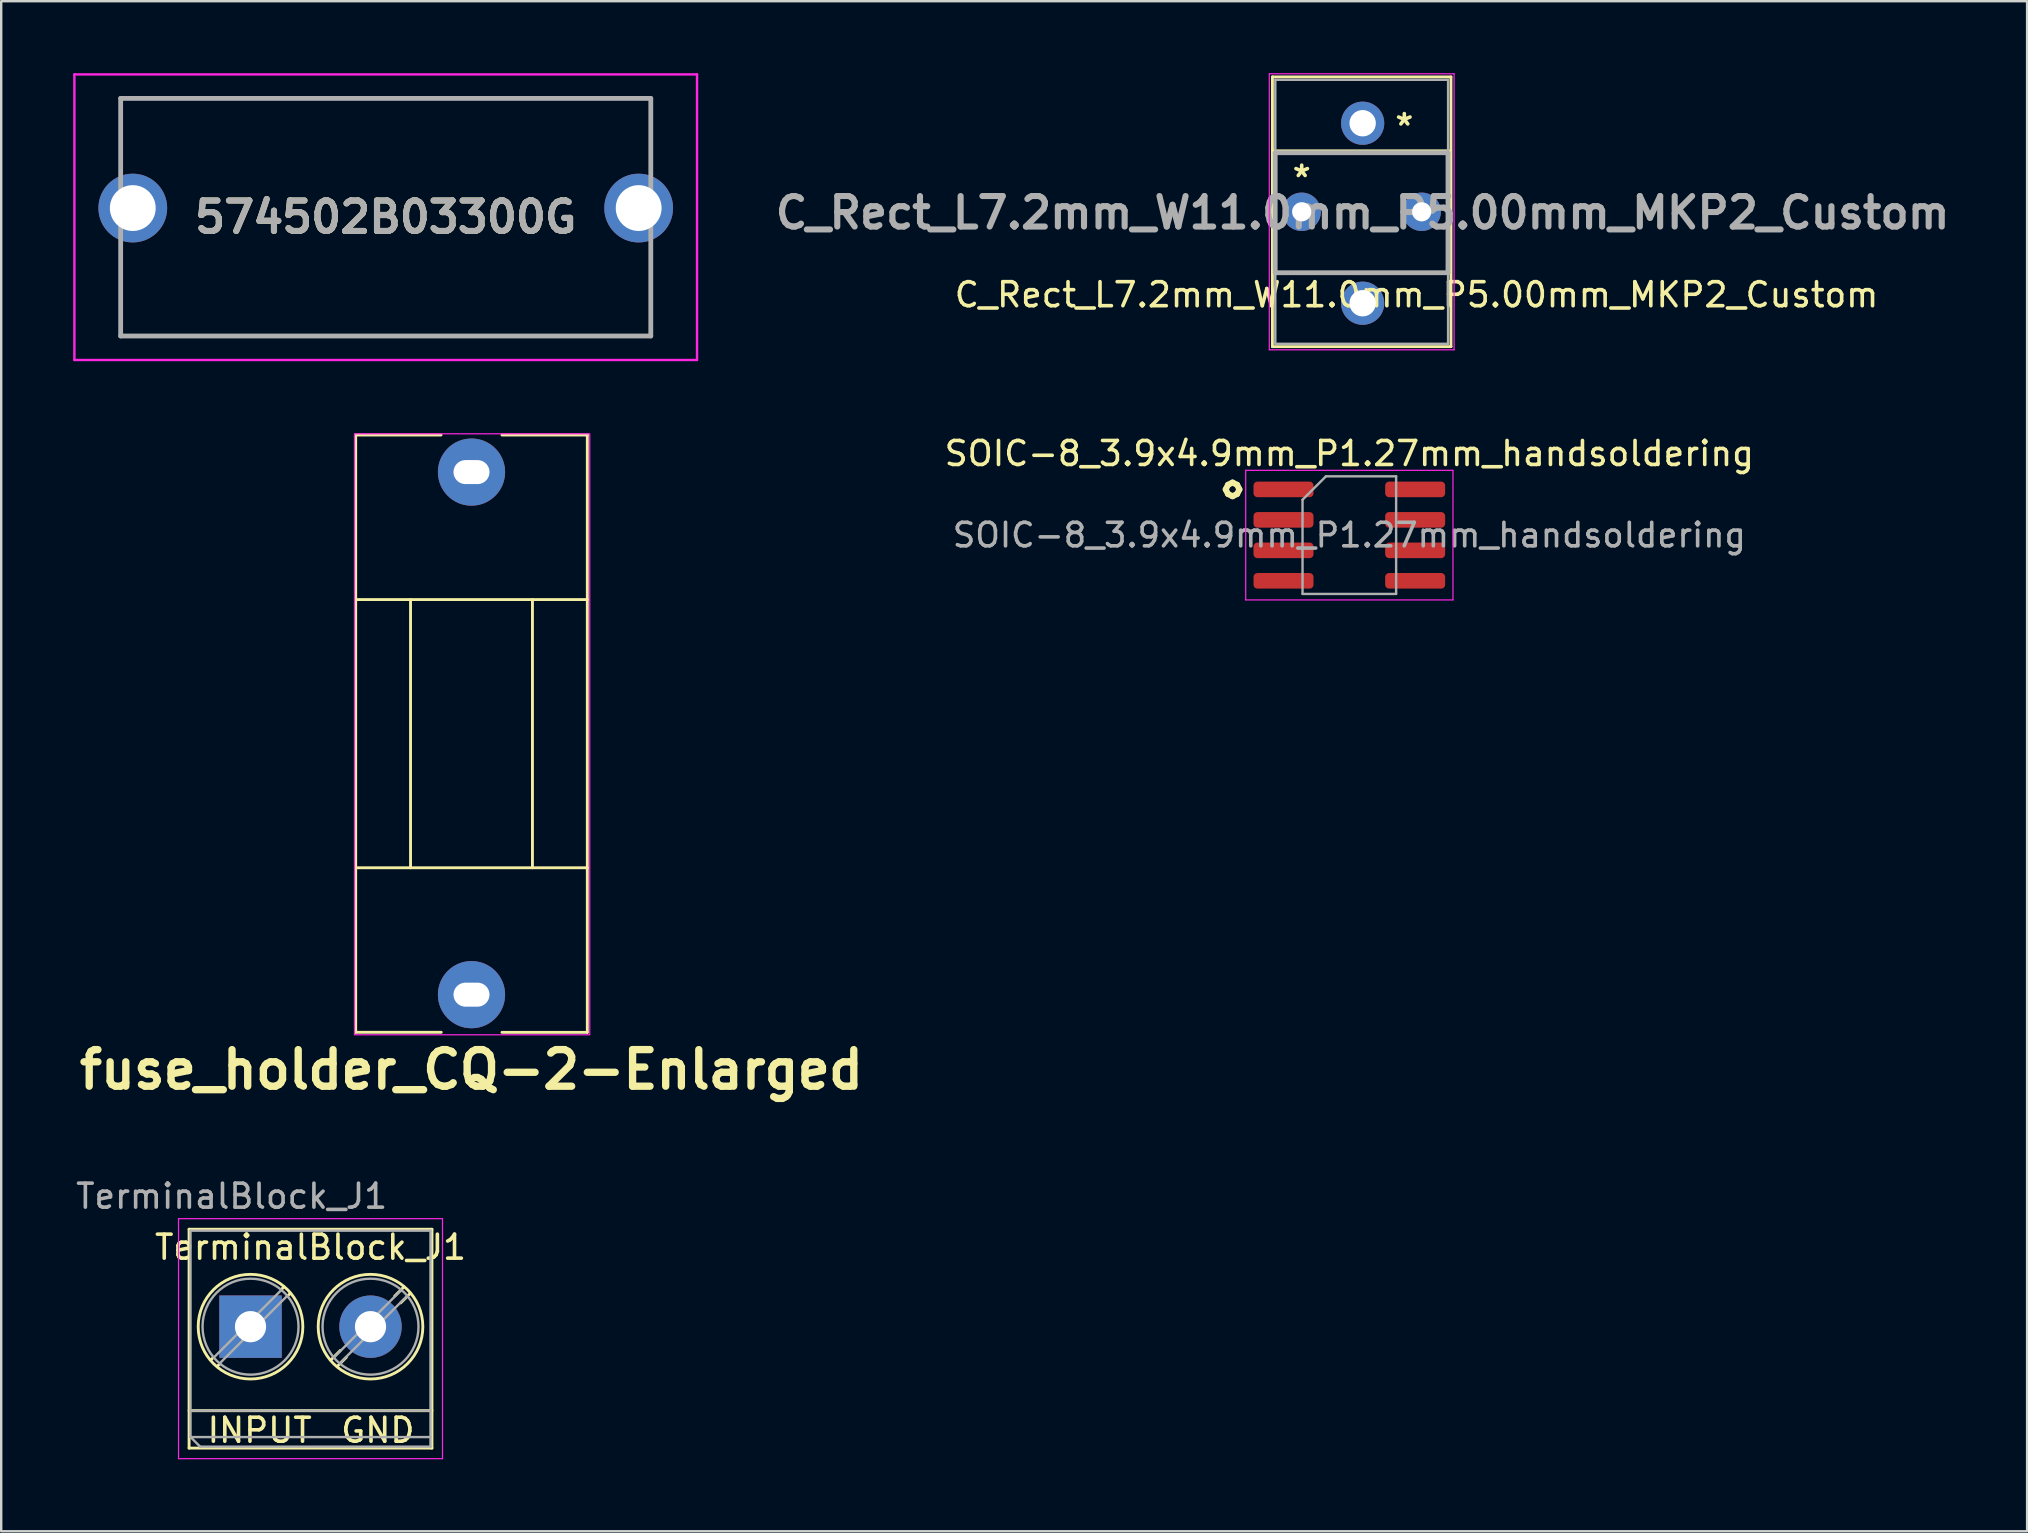
<source format=kicad_pcb>
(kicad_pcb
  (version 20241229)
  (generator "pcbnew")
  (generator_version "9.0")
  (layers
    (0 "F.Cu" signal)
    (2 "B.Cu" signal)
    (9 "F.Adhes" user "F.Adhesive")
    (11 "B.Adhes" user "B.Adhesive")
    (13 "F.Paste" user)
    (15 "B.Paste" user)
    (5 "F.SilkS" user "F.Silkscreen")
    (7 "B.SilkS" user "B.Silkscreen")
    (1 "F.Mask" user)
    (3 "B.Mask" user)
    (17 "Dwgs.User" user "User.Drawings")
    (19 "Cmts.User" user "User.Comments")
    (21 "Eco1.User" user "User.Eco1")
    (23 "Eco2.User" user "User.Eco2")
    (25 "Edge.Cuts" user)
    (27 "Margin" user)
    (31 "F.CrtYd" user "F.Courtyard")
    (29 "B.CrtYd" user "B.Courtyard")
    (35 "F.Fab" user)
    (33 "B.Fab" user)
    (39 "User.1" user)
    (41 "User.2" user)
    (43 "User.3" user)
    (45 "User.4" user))
  (footprint "TerminalBlock_J1"
    (layer "F.Cu")
    (at 7.389 52.232)
    (property "Reference" "TerminalBlock_J1" (at 2.5 -3.31 0) (layer "F.SilkS") (effects (font (size 1 1) (thickness 0.15))))
    (attr through_hole)
    (fp_line (start -2.56 -4.06) (end -2.56 5.06) (stroke (width 0.12) (type solid)) (layer "F.SilkS"))
    (fp_line (start -2.56 -4.06) (end 7.56 -4.06) (stroke (width 0.12) (type solid)) (layer "F.SilkS"))
    (fp_line (start -2.56 3.5) (end 7.56 3.5) (stroke (width 0.12) (type solid)) (layer "F.SilkS"))
    (fp_line (start -2.56 5.06) (end 7.56 5.06) (stroke (width 0.12) (type solid)) (layer "F.SilkS"))
    (fp_line (start -1.548 1.281) (end -1.654 1.388) (stroke (width 0.12) (type solid)) (layer "F.SilkS"))
    (fp_line (start -1.282 1.547) (end -1.388 1.654) (stroke (width 0.12) (type solid)) (layer "F.SilkS"))
    (fp_line (start 1.388 -1.654) (end 1.281 -1.547) (stroke (width 0.12) (type solid)) (layer "F.SilkS"))
    (fp_line (start 1.654 -1.388) (end 1.547 -1.281) (stroke (width 0.12) (type solid)) (layer "F.SilkS"))
    (fp_line (start 3.742 0.992) (end 3.347 1.388) (stroke (width 0.12) (type solid)) (layer "F.SilkS"))
    (fp_line (start 3.993 1.274) (end 3.613 1.654) (stroke (width 0.12) (type solid)) (layer "F.SilkS"))
    (fp_line (start 6.388 -1.654) (end 6.008 -1.274) (stroke (width 0.12) (type solid)) (layer "F.SilkS"))
    (fp_line (start 6.654 -1.388) (end 6.259 -0.992) (stroke (width 0.12) (type solid)) (layer "F.SilkS"))
    (fp_line (start 7.56 -4.06) (end 7.56 5.06) (stroke (width 0.12) (type solid)) (layer "F.SilkS"))
    (fp_circle (center 0 0) (end 2.18 0) (stroke (width 0.12) (type solid)) (fill no) (layer "F.SilkS"))
    (fp_circle (center 5 0) (end 7.18 0) (stroke (width 0.12) (type solid)) (fill no) (layer "F.SilkS"))
    (fp_line (start -3 -4.5) (end -3 5.5) (stroke (width 0.05) (type solid)) (layer "F.CrtYd"))
    (fp_line (start -3 5.5) (end 8 5.5) (stroke (width 0.05) (type solid)) (layer "F.CrtYd"))
    (fp_line (start 8 -4.5) (end -3 -4.5) (stroke (width 0.05) (type solid)) (layer "F.CrtYd"))
    (fp_line (start 8 5.5) (end 8 -4.5) (stroke (width 0.05) (type solid)) (layer "F.CrtYd"))
    (fp_line (start -2.5 -4) (end 7.5 -4) (stroke (width 0.1) (type solid)) (layer "F.Fab"))
    (fp_line (start -2.5 3.5) (end 7.5 3.5) (stroke (width 0.1) (type solid)) (layer "F.Fab"))
    (fp_line (start -2.5 4.6) (end -2.5 -4) (stroke (width 0.1) (type solid)) (layer "F.Fab"))
    (fp_line (start -2.5 4.6) (end 7.5 4.6) (stroke (width 0.1) (type solid)) (layer "F.Fab"))
    (fp_line (start -2.1 5) (end -2.5 4.6) (stroke (width 0.1) (type solid)) (layer "F.Fab"))
    (fp_line (start 1.273 -1.517) (end -1.517 1.273) (stroke (width 0.1) (type solid)) (layer "F.Fab"))
    (fp_line (start 1.517 -1.273) (end -1.273 1.517) (stroke (width 0.1) (type solid)) (layer "F.Fab"))
    (fp_line (start 6.273 -1.517) (end 3.484 1.273) (stroke (width 0.1) (type solid)) (layer "F.Fab"))
    (fp_line (start 6.517 -1.273) (end 3.728 1.517) (stroke (width 0.1) (type solid)) (layer "F.Fab"))
    (fp_line (start 7.5 -4) (end 7.5 5) (stroke (width 0.1) (type solid)) (layer "F.Fab"))
    (fp_line (start 7.5 5) (end -2.1 5) (stroke (width 0.1) (type solid)) (layer "F.Fab"))
    (fp_circle (center 0 0) (end 2 0) (stroke (width 0.1) (type solid)) (fill no) (layer "F.Fab"))
    (fp_circle (center 5 0) (end 7 0) (stroke (width 0.1) (type solid)) (fill no) (layer "F.Fab"))
    (fp_text user "GND" (at 5.306 4.318 180) (layer "F.SilkS") (effects (font (size 1 1) (thickness 0.15))))
    (fp_text user "INPUT" (at 0.381 4.318 180) (layer "F.SilkS") (effects (font (size 1 1) (thickness 0.15))))
    (fp_text user "${REFERENCE}" (at -0.787 -5.436 0) (layer "F.Fab") (effects (font (size 1 1) (thickness 0.15))))
    (pad "1" thru_hole rect (at 0 0) (size 2.6 2.6) (drill 1.3) (layers "*.Cu" "*.Mask"))
    (pad "2" thru_hole circle (at 5 0) (size 2.6 2.6) (drill 1.3) (layers "*.Cu" "*.Mask")))
  (footprint "C_Rect_L7.2mm_W11.0mm_P5.00mm_MKP2_Custom"
    (layer "F.Cu")
    (at 51.191 5.775)
    (property "Reference" "C_Rect_L7.2mm_W11.0mm_P5.00mm_MKP2_Custom" (at 4.786 3.458 0) (layer "F.SilkS") (effects (font (size 1 1) (thickness 0.15))))
    (attr through_hole)
    (fp_line (start -1.22 -5.62) (end -1.22 5.62) (stroke (width 0.12) (type solid)) (layer "F.SilkS"))
    (fp_line (start -1.22 -5.62) (end 6.22 -5.62) (stroke (width 0.12) (type solid)) (layer "F.SilkS"))
    (fp_line (start -1.22 5.62) (end 6.22 5.62) (stroke (width 0.12) (type solid)) (layer "F.SilkS"))
    (fp_line (start 6.198 -2.54) (end -1.219 -2.54) (stroke (width 0.12) (type solid)) (layer "F.SilkS"))
    (fp_line (start 6.198 2.54) (end -1.219 2.54) (stroke (width 0.1) (type solid)) (layer "F.SilkS"))
    (fp_line (start 6.22 -5.62) (end 6.22 5.62) (stroke (width 0.12) (type solid)) (layer "F.SilkS"))
    (fp_line (start -1.35 -5.75) (end -1.35 5.75) (stroke (width 0.05) (type solid)) (layer "F.CrtYd"))
    (fp_line (start -1.35 5.75) (end 6.35 5.75) (stroke (width 0.05) (type solid)) (layer "F.CrtYd"))
    (fp_line (start 6.35 -5.75) (end -1.35 -5.75) (stroke (width 0.05) (type solid)) (layer "F.CrtYd"))
    (fp_line (start 6.35 5.75) (end 6.35 -5.75) (stroke (width 0.05) (type solid)) (layer "F.CrtYd"))
    (fp_line (start -1.104 -2.46) (end 6.096 -2.46) (stroke (width 0.2) (type solid)) (layer "F.Fab"))
    (fp_line (start -1.104 2.54) (end -1.104 -2.46) (stroke (width 0.2) (type solid)) (layer "F.Fab"))
    (fp_line (start -1.1 -5.5) (end -1.1 5.5) (stroke (width 0.1) (type solid)) (layer "F.Fab"))
    (fp_line (start -1.1 5.5) (end 6.1 5.5) (stroke (width 0.1) (type solid)) (layer "F.Fab"))
    (fp_line (start 6.096 -2.46) (end 6.096 2.54) (stroke (width 0.2) (type solid)) (layer "F.Fab"))
    (fp_line (start 6.096 2.54) (end -1.104 2.54) (stroke (width 0.2) (type solid)) (layer "F.Fab"))
    (fp_line (start 6.1 -5.5) (end -1.1 -5.5) (stroke (width 0.1) (type solid)) (layer "F.Fab"))
    (fp_line (start 6.1 5.5) (end 6.1 -5.5) (stroke (width 0.1) (type solid)) (layer "F.Fab"))
    (fp_text user "*" (at 4.276 -3.546 0) (layer "F.SilkS") (effects (font (size 1 1) (thickness 0.15))))
    (fp_text user "*" (at 0 -1.397 0) (layer "F.SilkS") (effects (font (size 1 1) (thickness 0.15))))
    (fp_text user "${REFERENCE}" (at 2.54 0.04 0) (layer "F.Fab") (effects (font (size 1.27 1.27) (thickness 0.254))))
    (pad "1" thru_hole circle (at 0 0) (size 1.6 1.6) (drill 0.8) (layers "*.Cu" "*.Mask"))
    (pad "1" thru_hole circle (at 2.54 -3.69 270) (size 1.8 1.8) (drill 1.1) (layers "*.Cu" "*.Mask"))
    (pad "2" thru_hole circle (at 2.54 3.81 270) (size 1.8 1.8) (drill 1.1) (layers "*.Cu" "*.Mask"))
    (pad "2" thru_hole circle (at 5 0) (size 1.6 1.6) (drill 0.8) (layers "*.Cu" "*.Mask")))
  (footprint "574502B03300G"
    (layer "F.Cu")
    (at 2.483 5.62)
    (property "Reference" "574502B03300G" (at 10.54 0.38 0) (layer "F.SilkS") (effects (font (size 1.27 1.27) (thickness 0.254))))
    (attr through_hole)
    (fp_line (start -0.505 -4.57) (end 21.585 -4.57) (stroke (width 0.1) (type solid)) (layer "F.SilkS"))
    (fp_line (start -0.505 -1.5) (end -0.505 -4.57) (stroke (width 0.1) (type solid)) (layer "F.SilkS"))
    (fp_line (start -0.505 1.8) (end -0.505 5.33) (stroke (width 0.1) (type solid)) (layer "F.SilkS"))
    (fp_line (start -0.505 5.33) (end 21.585 5.33) (stroke (width 0.1) (type solid)) (layer "F.SilkS"))
    (fp_line (start 21.585 -4.57) (end 21.585 -1.8) (stroke (width 0.1) (type solid)) (layer "F.SilkS"))
    (fp_line (start 21.585 5.33) (end 21.585 1.8) (stroke (width 0.1) (type solid)) (layer "F.SilkS"))
    (fp_line (start -2.433 -5.57) (end 23.512 -5.57) (stroke (width 0.1) (type solid)) (layer "F.CrtYd"))
    (fp_line (start -2.433 6.33) (end -2.433 -5.57) (stroke (width 0.1) (type solid)) (layer "F.CrtYd"))
    (fp_line (start 23.512 -5.57) (end 23.512 6.33) (stroke (width 0.1) (type solid)) (layer "F.CrtYd"))
    (fp_line (start 23.512 6.33) (end -2.433 6.33) (stroke (width 0.1) (type solid)) (layer "F.CrtYd"))
    (fp_line (start -0.505 -4.57) (end 21.585 -4.57) (stroke (width 0.2) (type solid)) (layer "F.Fab"))
    (fp_line (start -0.505 5.33) (end -0.505 -4.57) (stroke (width 0.2) (type solid)) (layer "F.Fab"))
    (fp_line (start 21.585 -4.57) (end 21.585 5.33) (stroke (width 0.2) (type solid)) (layer "F.Fab"))
    (fp_line (start 21.585 5.33) (end -0.505 5.33) (stroke (width 0.2) (type solid)) (layer "F.Fab"))
    (fp_text user "${REFERENCE}" (at 10.54 0.38 0) (layer "F.Fab") (effects (font (size 1.27 1.27) (thickness 0.254))))
    (pad "1" thru_hole circle (at 0 0) (size 2.865 2.865) (drill 1.91) (layers "*.Cu" "*.Mask"))
    (pad "2" thru_hole circle (at 21.08 0) (size 2.865 2.865) (drill 1.91) (layers "*.Cu" "*.Mask")))
  (footprint "SOIC-8_3.9x4.9mm_P1.27mm_handsoldering"
    (layer "F.Cu")
    (at 53.176 19.248)
    (property "Reference" "SOIC-8_3.9x4.9mm_P1.27mm_handsoldering" (at 0 -3.4 0) (layer "F.SilkS") (effects (font (size 1 1) (thickness 0.15))))
    (attr smd)
    (fp_line (start -4.318 -2.7) (end -4.318 2.7) (stroke (width 0.05) (type solid)) (layer "F.CrtYd"))
    (fp_line (start -4.318 2.7) (end 4.318 2.7) (stroke (width 0.05) (type solid)) (layer "F.CrtYd"))
    (fp_line (start 4.318 -2.7) (end -4.318 -2.7) (stroke (width 0.05) (type solid)) (layer "F.CrtYd"))
    (fp_line (start 4.318 2.7) (end 4.318 -2.7) (stroke (width 0.05) (type solid)) (layer "F.CrtYd"))
    (fp_line (start -1.95 -1.475) (end -0.975 -2.45) (stroke (width 0.1) (type solid)) (layer "F.Fab"))
    (fp_line (start -1.95 2.45) (end -1.95 -1.475) (stroke (width 0.1) (type solid)) (layer "F.Fab"))
    (fp_line (start -0.975 -2.45) (end 1.95 -2.45) (stroke (width 0.1) (type solid)) (layer "F.Fab"))
    (fp_line (start 1.95 -2.45) (end 1.95 2.45) (stroke (width 0.1) (type solid)) (layer "F.Fab"))
    (fp_line (start 1.95 2.45) (end -1.95 2.45) (stroke (width 0.1) (type solid)) (layer "F.Fab"))
    (fp_text user "°" (at -4.064 -1.905 90) (unlocked yes) (layer "F.SilkS") (effects (font (size 2 2) (thickness 0.25))))
    (fp_text user "${REFERENCE}" (at 0 0 0) (layer "F.Fab") (effects (font (size 0.98 0.98) (thickness 0.15))))
    (pad "1" smd roundrect (at -2.743 -1.905) (size 2.5 0.65) (layers "F.Cu" "F.Mask" "F.Paste") (roundrect_rratio 0.25))
    (pad "2" smd roundrect (at -2.743 -0.635) (size 2.5 0.65) (layers "F.Cu" "F.Mask" "F.Paste") (roundrect_rratio 0.25))
    (pad "3" smd roundrect (at -2.743 0.635) (size 2.5 0.65) (layers "F.Cu" "F.Mask" "F.Paste") (roundrect_rratio 0.25))
    (pad "4" smd roundrect (at -2.743 1.905) (size 2.5 0.65) (layers "F.Cu" "F.Mask" "F.Paste") (roundrect_rratio 0.25))
    (pad "5" smd roundrect (at 2.743 1.905) (size 2.5 0.65) (layers "F.Cu" "F.Mask" "F.Paste") (roundrect_rratio 0.25))
    (pad "6" smd roundrect (at 2.743 0.635) (size 2.5 0.65) (layers "F.Cu" "F.Mask" "F.Paste") (roundrect_rratio 0.25))
    (pad "7" smd roundrect (at 2.743 -0.635) (size 2.5 0.65) (layers "F.Cu" "F.Mask" "F.Paste") (roundrect_rratio 0.25))
    (pad "8" smd roundrect (at 2.743 -1.905) (size 2.5 0.65) (layers "F.Cu" "F.Mask" "F.Paste") (roundrect_rratio 0.25)))
  (footprint "fuse_holder_CQ-2-Enlarged"
    (layer "F.Cu")
    (at 16.597 27.522)
    (property "Reference" "fuse_holder_CQ-2-Enlarged" (at 0 14 0) (layer "F.SilkS") (effects (font (size 1.524 1.524) (thickness 0.305))))
    (attr through_hole)
    (fp_line (start -4.826 -12.446) (end -1.27 -12.446) (stroke (width 0.12) (type solid)) (layer "F.SilkS"))
    (fp_line (start -4.826 -5.588) (end 4.826 -5.588) (stroke (width 0.12) (type solid)) (layer "F.SilkS"))
    (fp_line (start -4.826 12.446) (end -4.826 -12.446) (stroke (width 0.12) (type solid)) (layer "F.SilkS"))
    (fp_line (start -2.54 -5.588) (end -2.54 5.588) (stroke (width 0.12) (type solid)) (layer "F.SilkS"))
    (fp_line (start -1.261 12.444) (end -4.817 12.444) (stroke (width 0.12) (type solid)) (layer "F.SilkS"))
    (fp_line (start 1.27 -12.446) (end 4.826 -12.446) (stroke (width 0.12) (type solid)) (layer "F.SilkS"))
    (fp_line (start 2.54 5.588) (end 2.54 -5.588) (stroke (width 0.12) (type solid)) (layer "F.SilkS"))
    (fp_line (start 4.826 -12.446) (end 4.826 12.446) (stroke (width 0.12) (type solid)) (layer "F.SilkS"))
    (fp_line (start 4.826 5.588) (end -4.826 5.588) (stroke (width 0.12) (type solid)) (layer "F.SilkS"))
    (fp_line (start 4.826 12.446) (end 1.27 12.446) (stroke (width 0.12) (type solid)) (layer "F.SilkS"))
    (fp_rect (start -4.877 -12.497) (end 4.928 12.548) (stroke (width 0.05) (type solid)) (fill no) (layer "F.CrtYd"))
    (pad "1" thru_hole circle (at 0 -10.9) (size 2.8 2.8) (drill oval 1.5 1) (layers "*.Cu" "*.Mask"))
    (pad "2" thru_hole circle (at 0 10.875) (size 2.8 2.8) (drill oval 1.5 1) (layers "*.Cu" "*.Mask")))
  (gr_rect
    (start -3 -3)
    (end 81.418 60.757)
    (stroke (width 0.1) (type default))
    (fill no)
    (layer "Edge.Cuts")))
</source>
